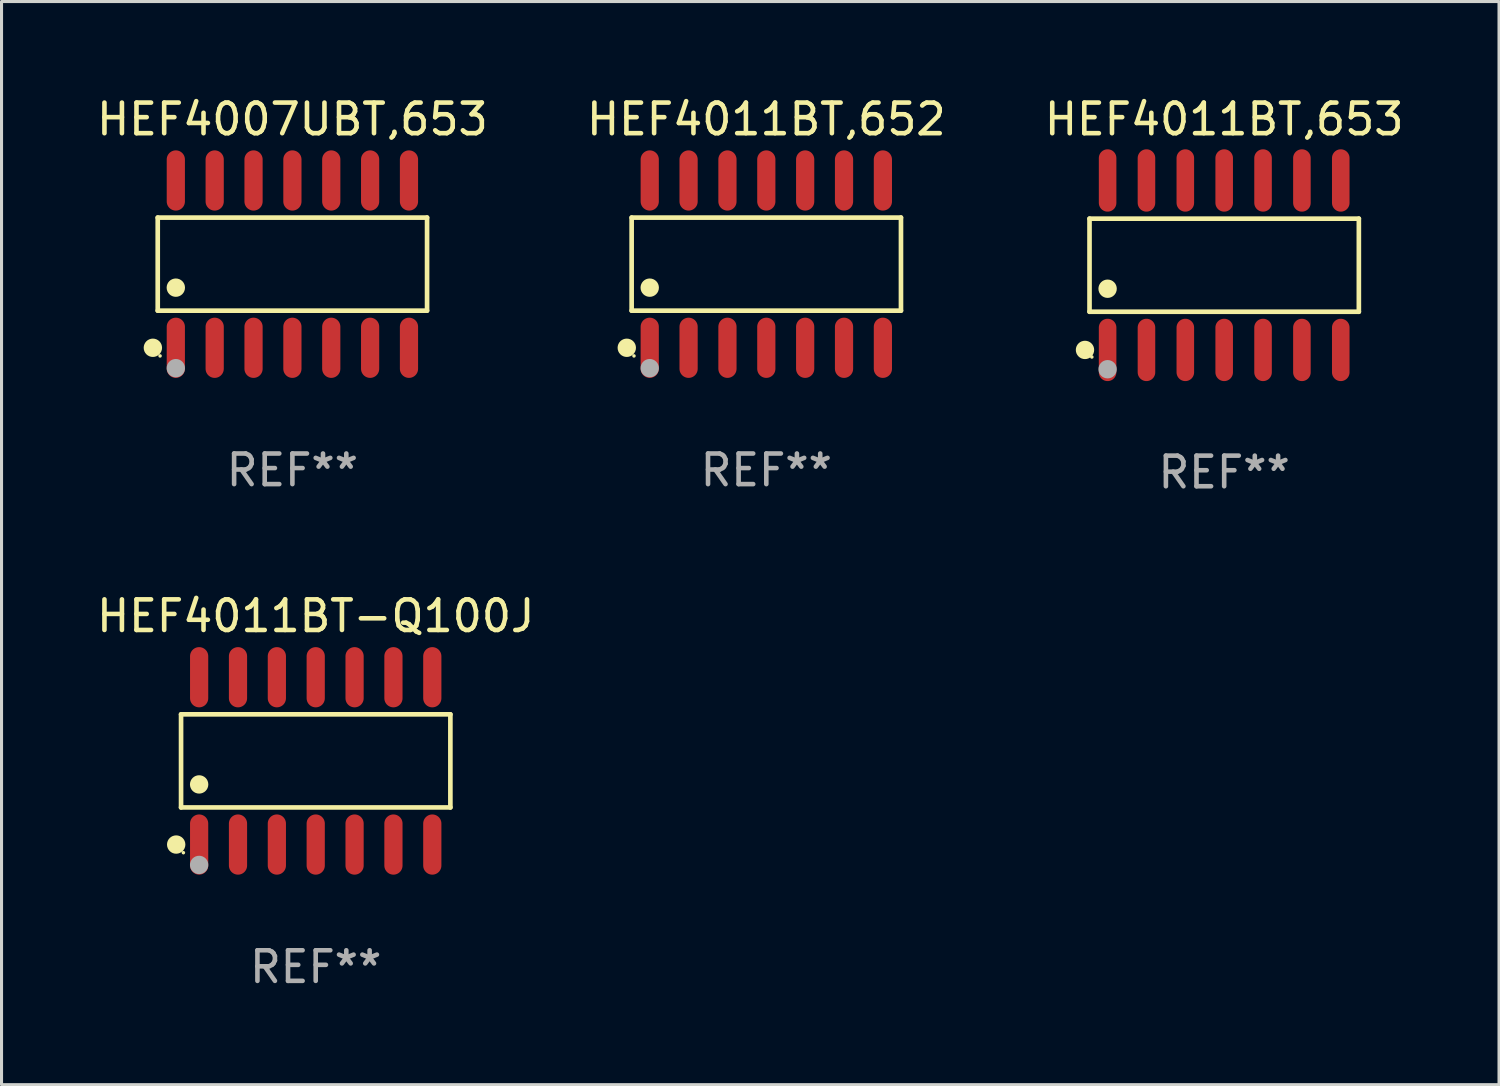
<source format=kicad_pcb>
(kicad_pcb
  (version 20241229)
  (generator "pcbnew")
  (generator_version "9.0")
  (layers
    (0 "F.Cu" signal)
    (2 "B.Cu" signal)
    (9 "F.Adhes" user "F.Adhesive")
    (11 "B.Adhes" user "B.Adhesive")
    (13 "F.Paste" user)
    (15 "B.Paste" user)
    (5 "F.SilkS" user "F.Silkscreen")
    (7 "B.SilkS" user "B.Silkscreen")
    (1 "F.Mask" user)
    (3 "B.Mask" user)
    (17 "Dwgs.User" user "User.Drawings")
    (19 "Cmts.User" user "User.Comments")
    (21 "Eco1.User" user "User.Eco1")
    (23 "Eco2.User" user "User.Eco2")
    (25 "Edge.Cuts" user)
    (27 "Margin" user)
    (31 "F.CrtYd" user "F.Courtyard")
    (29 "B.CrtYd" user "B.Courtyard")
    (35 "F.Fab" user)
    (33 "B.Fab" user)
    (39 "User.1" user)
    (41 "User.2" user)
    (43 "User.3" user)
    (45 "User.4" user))
  (footprint "HEF4011BT,653"
    (layer "F.Cu")
    (at 36.958 5.617)
    (property "Reference" "HEF4011BT,653" (at 0 -4.769 0) (layer "F.SilkS") (effects (font (size 1 1) (thickness 0.15))))
    (attr through_hole)
    (fp_line (start -4.401 -1.521) (end 4.401 -1.521) (stroke (width 0.152) (type solid)) (layer "F.SilkS"))
    (fp_line (start -4.401 1.521) (end -4.401 -1.521) (stroke (width 0.152) (type solid)) (layer "F.SilkS"))
    (fp_line (start 4.401 -1.521) (end 4.401 1.521) (stroke (width 0.152) (type solid)) (layer "F.SilkS"))
    (fp_line (start 4.401 1.521) (end -4.401 1.521) (stroke (width 0.152) (type solid)) (layer "F.SilkS"))
    (fp_circle (center -4.549 2.769) (end -4.399 2.769) (stroke (width 0.3) (type solid)) (fill no) (layer "F.SilkS"))
    (fp_circle (center -4.325 3) (end -4.295 3) (stroke (width 0.06) (type solid)) (fill no) (layer "F.SilkS"))
    (fp_circle (center -3.81 0.769) (end -3.66 0.769) (stroke (width 0.3) (type solid)) (fill no) (layer "F.SilkS"))
    (fp_circle (center -3.81 3.4) (end -3.66 3.4) (stroke (width 0.3) (type solid)) (fill no) (layer "F.Fab"))
    (fp_text user "REF**" (at 0 6.769 0) (layer "F.Fab") (effects (font (size 1 1) (thickness 0.15))))
    (pad "1" smd oval (at -3.81 2.769) (size 0.574 2.038) (layers "F.Cu" "F.Mask" "F.Paste"))
    (pad "2" smd oval (at -2.54 2.769) (size 0.574 2.038) (layers "F.Cu" "F.Mask" "F.Paste"))
    (pad "3" smd oval (at -1.27 2.769) (size 0.574 2.038) (layers "F.Cu" "F.Mask" "F.Paste"))
    (pad "4" smd oval (at 0 2.769) (size 0.574 2.038) (layers "F.Cu" "F.Mask" "F.Paste"))
    (pad "5" smd oval (at 1.27 2.769) (size 0.574 2.038) (layers "F.Cu" "F.Mask" "F.Paste"))
    (pad "6" smd oval (at 2.54 2.769) (size 0.574 2.038) (layers "F.Cu" "F.Mask" "F.Paste"))
    (pad "7" smd oval (at 3.81 2.769) (size 0.574 2.038) (layers "F.Cu" "F.Mask" "F.Paste"))
    (pad "8" smd oval (at 3.81 -2.769) (size 0.574 2.038) (layers "F.Cu" "F.Mask" "F.Paste"))
    (pad "9" smd oval (at 2.54 -2.769) (size 0.574 2.038) (layers "F.Cu" "F.Mask" "F.Paste"))
    (pad "10" smd oval (at 1.27 -2.769) (size 0.574 2.038) (layers "F.Cu" "F.Mask" "F.Paste"))
    (pad "11" smd oval (at 0 -2.769) (size 0.574 2.038) (layers "F.Cu" "F.Mask" "F.Paste"))
    (pad "12" smd oval (at -1.27 -2.769) (size 0.574 2.038) (layers "F.Cu" "F.Mask" "F.Paste"))
    (pad "13" smd oval (at -2.54 -2.769) (size 0.574 2.038) (layers "F.Cu" "F.Mask" "F.Paste"))
    (pad "14" smd oval (at -3.81 -2.769) (size 0.574 2.038) (layers "F.Cu" "F.Mask" "F.Paste")))
  (footprint "HEF4011BT-Q100J"
    (layer "F.Cu")
    (at 7.268 21.817)
    (property "Reference" "HEF4011BT-Q100J" (at 0 -4.734 0) (layer "F.SilkS") (effects (font (size 1 1) (thickness 0.15))))
    (attr through_hole)
    (fp_line (start -4.401 -1.521) (end 4.401 -1.521) (stroke (width 0.152) (type solid)) (layer "F.SilkS"))
    (fp_line (start -4.401 1.521) (end -4.401 -1.521) (stroke (width 0.152) (type solid)) (layer "F.SilkS"))
    (fp_line (start 4.401 -1.521) (end 4.401 1.521) (stroke (width 0.152) (type solid)) (layer "F.SilkS"))
    (fp_line (start 4.401 1.521) (end -4.401 1.521) (stroke (width 0.152) (type solid)) (layer "F.SilkS"))
    (fp_circle (center -4.56 2.734) (end -4.41 2.734) (stroke (width 0.3) (type solid)) (fill no) (layer "F.SilkS"))
    (fp_circle (center -4.325 3) (end -4.295 3) (stroke (width 0.06) (type solid)) (fill no) (layer "F.SilkS"))
    (fp_circle (center -3.81 0.769) (end -3.66 0.769) (stroke (width 0.3) (type solid)) (fill no) (layer "F.SilkS"))
    (fp_circle (center -3.81 3.4) (end -3.66 3.4) (stroke (width 0.3) (type solid)) (fill no) (layer "F.Fab"))
    (fp_text user "REF**" (at 0 6.734 0) (layer "F.Fab") (effects (font (size 1 1) (thickness 0.15))))
    (pad "1" smd oval (at -3.81 2.734) (size 0.595 1.968) (layers "F.Cu" "F.Mask" "F.Paste"))
    (pad "2" smd oval (at -2.54 2.734) (size 0.595 1.968) (layers "F.Cu" "F.Mask" "F.Paste"))
    (pad "3" smd oval (at -1.27 2.734) (size 0.595 1.968) (layers "F.Cu" "F.Mask" "F.Paste"))
    (pad "4" smd oval (at 0 2.734) (size 0.595 1.968) (layers "F.Cu" "F.Mask" "F.Paste"))
    (pad "5" smd oval (at 1.27 2.734) (size 0.595 1.968) (layers "F.Cu" "F.Mask" "F.Paste"))
    (pad "6" smd oval (at 2.54 2.734) (size 0.595 1.968) (layers "F.Cu" "F.Mask" "F.Paste"))
    (pad "7" smd oval (at 3.81 2.734) (size 0.595 1.968) (layers "F.Cu" "F.Mask" "F.Paste"))
    (pad "8" smd oval (at 3.81 -2.734) (size 0.595 1.968) (layers "F.Cu" "F.Mask" "F.Paste"))
    (pad "9" smd oval (at 2.54 -2.734) (size 0.595 1.968) (layers "F.Cu" "F.Mask" "F.Paste"))
    (pad "10" smd oval (at 1.27 -2.734) (size 0.595 1.968) (layers "F.Cu" "F.Mask" "F.Paste"))
    (pad "11" smd oval (at 0 -2.734) (size 0.595 1.968) (layers "F.Cu" "F.Mask" "F.Paste"))
    (pad "12" smd oval (at -1.27 -2.734) (size 0.595 1.968) (layers "F.Cu" "F.Mask" "F.Paste"))
    (pad "13" smd oval (at -2.54 -2.734) (size 0.595 1.968) (layers "F.Cu" "F.Mask" "F.Paste"))
    (pad "14" smd oval (at -3.81 -2.734) (size 0.595 1.968) (layers "F.Cu" "F.Mask" "F.Paste")))
  (footprint "HEF4007UBT,653"
    (layer "F.Cu")
    (at 6.506 5.582)
    (property "Reference" "HEF4007UBT,653" (at 0 -4.734 0) (layer "F.SilkS") (effects (font (size 1 1) (thickness 0.15))))
    (attr through_hole)
    (fp_line (start -4.401 -1.521) (end 4.401 -1.521) (stroke (width 0.152) (type solid)) (layer "F.SilkS"))
    (fp_line (start -4.401 1.521) (end -4.401 -1.521) (stroke (width 0.152) (type solid)) (layer "F.SilkS"))
    (fp_line (start 4.401 -1.521) (end 4.401 1.521) (stroke (width 0.152) (type solid)) (layer "F.SilkS"))
    (fp_line (start 4.401 1.521) (end -4.401 1.521) (stroke (width 0.152) (type solid)) (layer "F.SilkS"))
    (fp_circle (center -4.56 2.734) (end -4.41 2.734) (stroke (width 0.3) (type solid)) (fill no) (layer "F.SilkS"))
    (fp_circle (center -4.325 3) (end -4.295 3) (stroke (width 0.06) (type solid)) (fill no) (layer "F.SilkS"))
    (fp_circle (center -3.81 0.769) (end -3.66 0.769) (stroke (width 0.3) (type solid)) (fill no) (layer "F.SilkS"))
    (fp_circle (center -3.81 3.4) (end -3.66 3.4) (stroke (width 0.3) (type solid)) (fill no) (layer "F.Fab"))
    (fp_text user "REF**" (at 0 6.734 0) (layer "F.Fab") (effects (font (size 1 1) (thickness 0.15))))
    (pad "1" smd oval (at -3.81 2.734) (size 0.595 1.968) (layers "F.Cu" "F.Mask" "F.Paste"))
    (pad "2" smd oval (at -2.54 2.734) (size 0.595 1.968) (layers "F.Cu" "F.Mask" "F.Paste"))
    (pad "3" smd oval (at -1.27 2.734) (size 0.595 1.968) (layers "F.Cu" "F.Mask" "F.Paste"))
    (pad "4" smd oval (at 0 2.734) (size 0.595 1.968) (layers "F.Cu" "F.Mask" "F.Paste"))
    (pad "5" smd oval (at 1.27 2.734) (size 0.595 1.968) (layers "F.Cu" "F.Mask" "F.Paste"))
    (pad "6" smd oval (at 2.54 2.734) (size 0.595 1.968) (layers "F.Cu" "F.Mask" "F.Paste"))
    (pad "7" smd oval (at 3.81 2.734) (size 0.595 1.968) (layers "F.Cu" "F.Mask" "F.Paste"))
    (pad "8" smd oval (at 3.81 -2.734) (size 0.595 1.968) (layers "F.Cu" "F.Mask" "F.Paste"))
    (pad "9" smd oval (at 2.54 -2.734) (size 0.595 1.968) (layers "F.Cu" "F.Mask" "F.Paste"))
    (pad "10" smd oval (at 1.27 -2.734) (size 0.595 1.968) (layers "F.Cu" "F.Mask" "F.Paste"))
    (pad "11" smd oval (at 0 -2.734) (size 0.595 1.968) (layers "F.Cu" "F.Mask" "F.Paste"))
    (pad "12" smd oval (at -1.27 -2.734) (size 0.595 1.968) (layers "F.Cu" "F.Mask" "F.Paste"))
    (pad "13" smd oval (at -2.54 -2.734) (size 0.595 1.968) (layers "F.Cu" "F.Mask" "F.Paste"))
    (pad "14" smd oval (at -3.81 -2.734) (size 0.595 1.968) (layers "F.Cu" "F.Mask" "F.Paste")))
  (footprint "HEF4011BT,652"
    (layer "F.Cu")
    (at 21.994 5.582)
    (property "Reference" "HEF4011BT,652" (at 0 -4.734 0) (layer "F.SilkS") (effects (font (size 1 1) (thickness 0.15))))
    (attr through_hole)
    (fp_line (start -4.401 -1.521) (end 4.401 -1.521) (stroke (width 0.152) (type solid)) (layer "F.SilkS"))
    (fp_line (start -4.401 1.521) (end -4.401 -1.521) (stroke (width 0.152) (type solid)) (layer "F.SilkS"))
    (fp_line (start 4.401 -1.521) (end 4.401 1.521) (stroke (width 0.152) (type solid)) (layer "F.SilkS"))
    (fp_line (start 4.401 1.521) (end -4.401 1.521) (stroke (width 0.152) (type solid)) (layer "F.SilkS"))
    (fp_circle (center -4.56 2.734) (end -4.41 2.734) (stroke (width 0.3) (type solid)) (fill no) (layer "F.SilkS"))
    (fp_circle (center -4.325 3) (end -4.295 3) (stroke (width 0.06) (type solid)) (fill no) (layer "F.SilkS"))
    (fp_circle (center -3.81 0.769) (end -3.66 0.769) (stroke (width 0.3) (type solid)) (fill no) (layer "F.SilkS"))
    (fp_circle (center -3.81 3.4) (end -3.66 3.4) (stroke (width 0.3) (type solid)) (fill no) (layer "F.Fab"))
    (fp_text user "REF**" (at 0 6.734 0) (layer "F.Fab") (effects (font (size 1 1) (thickness 0.15))))
    (pad "1" smd oval (at -3.81 2.734) (size 0.595 1.968) (layers "F.Cu" "F.Mask" "F.Paste"))
    (pad "2" smd oval (at -2.54 2.734) (size 0.595 1.968) (layers "F.Cu" "F.Mask" "F.Paste"))
    (pad "3" smd oval (at -1.27 2.734) (size 0.595 1.968) (layers "F.Cu" "F.Mask" "F.Paste"))
    (pad "4" smd oval (at 0 2.734) (size 0.595 1.968) (layers "F.Cu" "F.Mask" "F.Paste"))
    (pad "5" smd oval (at 1.27 2.734) (size 0.595 1.968) (layers "F.Cu" "F.Mask" "F.Paste"))
    (pad "6" smd oval (at 2.54 2.734) (size 0.595 1.968) (layers "F.Cu" "F.Mask" "F.Paste"))
    (pad "7" smd oval (at 3.81 2.734) (size 0.595 1.968) (layers "F.Cu" "F.Mask" "F.Paste"))
    (pad "8" smd oval (at 3.81 -2.734) (size 0.595 1.968) (layers "F.Cu" "F.Mask" "F.Paste"))
    (pad "9" smd oval (at 2.54 -2.734) (size 0.595 1.968) (layers "F.Cu" "F.Mask" "F.Paste"))
    (pad "10" smd oval (at 1.27 -2.734) (size 0.595 1.968) (layers "F.Cu" "F.Mask" "F.Paste"))
    (pad "11" smd oval (at 0 -2.734) (size 0.595 1.968) (layers "F.Cu" "F.Mask" "F.Paste"))
    (pad "12" smd oval (at -1.27 -2.734) (size 0.595 1.968) (layers "F.Cu" "F.Mask" "F.Paste"))
    (pad "13" smd oval (at -2.54 -2.734) (size 0.595 1.968) (layers "F.Cu" "F.Mask" "F.Paste"))
    (pad "14" smd oval (at -3.81 -2.734) (size 0.595 1.968) (layers "F.Cu" "F.Mask" "F.Paste")))
  (gr_rect
    (start -3 -3)
    (end 45.94 32.399)
    (stroke (width 0.1) (type default))
    (fill no)
    (layer "Edge.Cuts")))
</source>
